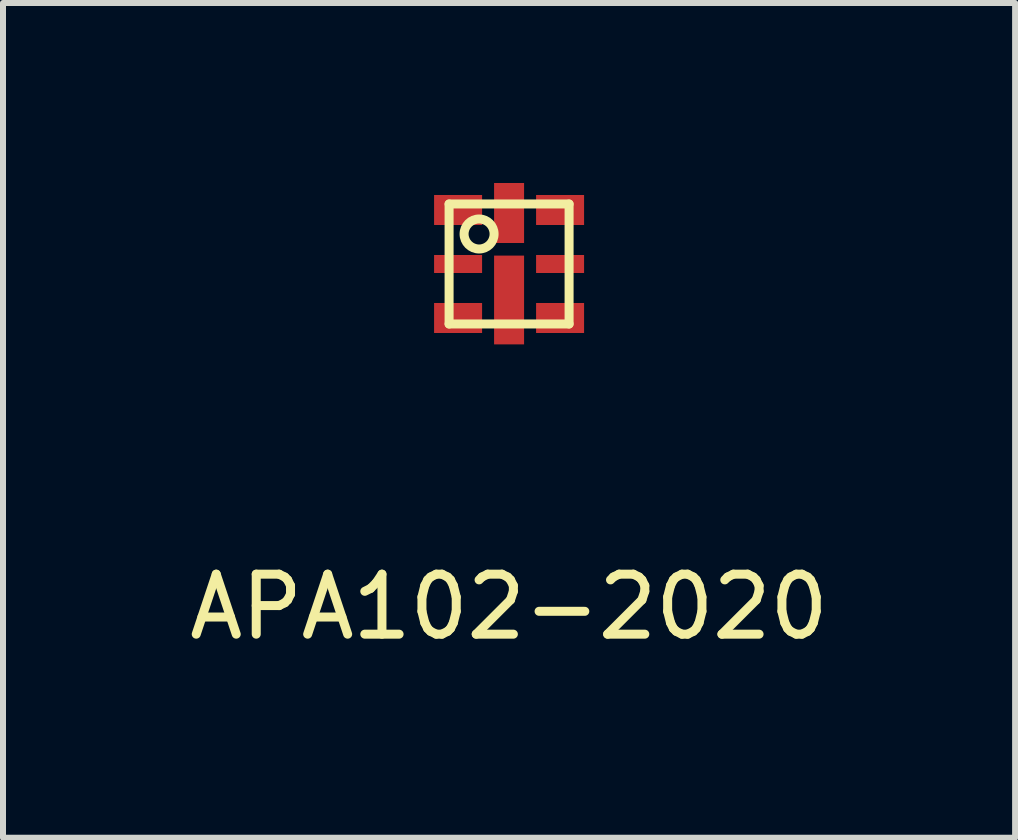
<source format=kicad_pcb>
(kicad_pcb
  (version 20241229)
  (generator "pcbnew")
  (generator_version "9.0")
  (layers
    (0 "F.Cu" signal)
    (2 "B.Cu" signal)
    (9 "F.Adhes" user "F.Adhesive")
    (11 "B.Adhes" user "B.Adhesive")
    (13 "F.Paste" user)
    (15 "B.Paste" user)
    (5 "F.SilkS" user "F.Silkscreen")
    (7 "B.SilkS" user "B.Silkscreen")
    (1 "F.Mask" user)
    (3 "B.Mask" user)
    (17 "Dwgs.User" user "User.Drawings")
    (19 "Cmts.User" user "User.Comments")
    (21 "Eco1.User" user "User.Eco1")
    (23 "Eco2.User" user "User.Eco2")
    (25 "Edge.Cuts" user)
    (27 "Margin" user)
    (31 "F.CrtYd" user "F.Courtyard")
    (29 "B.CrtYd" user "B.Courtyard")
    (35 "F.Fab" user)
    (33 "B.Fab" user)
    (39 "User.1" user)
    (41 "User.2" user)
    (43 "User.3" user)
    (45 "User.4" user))
  (footprint "APA102-2020"
    (layer "F.Cu")
    (at 5.435 1.35)
    (property "Reference" "APA102-2020" (at 0 5.715 0) (layer "F.SilkS") (effects (font (size 1 1) (thickness 0.15))))
    (attr through_hole)
    (fp_line (start -1 -1) (end 1 -1) (stroke (width 0.15) (type solid)) (layer "F.SilkS"))
    (fp_line (start -1 1) (end -1 -1) (stroke (width 0.15) (type solid)) (layer "F.SilkS"))
    (fp_line (start 1 -1) (end 1 1) (stroke (width 0.15) (type solid)) (layer "F.SilkS"))
    (fp_line (start 1 1) (end -1 1) (stroke (width 0.15) (type solid)) (layer "F.SilkS"))
    (fp_circle (center -0.5 -0.5) (end -0.25 -0.5) (stroke (width 0.15) (type solid)) (fill no) (layer "F.SilkS"))
    (pad "1" smd rect (at -0.85 -0.9) (size 0.8 0.5) (layers "F.Cu" "F.Mask" "F.Paste"))
    (pad "1" smd rect (at 0 0.6) (size 0.5 1.48) (layers "F.Cu" "F.Mask" "F.Paste"))
    (pad "2" smd rect (at -0.85 0) (size 0.8 0.3) (layers "F.Cu" "F.Mask" "F.Paste"))
    (pad "3" smd rect (at -0.85 0.9) (size 0.8 0.5) (layers "F.Cu" "F.Mask" "F.Paste"))
    (pad "4" smd rect (at 0.85 0.9) (size 0.8 0.5) (layers "F.Cu" "F.Mask" "F.Paste"))
    (pad "5" smd rect (at 0.85 0) (size 0.8 0.3) (layers "F.Cu" "F.Mask" "F.Paste"))
    (pad "6" smd rect (at 0 -0.85) (size 0.5 1) (layers "F.Cu" "F.Mask" "F.Paste"))
    (pad "6" smd rect (at 0.85 -0.9) (size 0.8 0.5) (layers "F.Cu" "F.Mask" "F.Paste")))
  (gr_rect
    (start -3 -3)
    (end 13.869 10.913)
    (stroke (width 0.1) (type default))
    (fill no)
    (layer "Edge.Cuts")))
</source>
